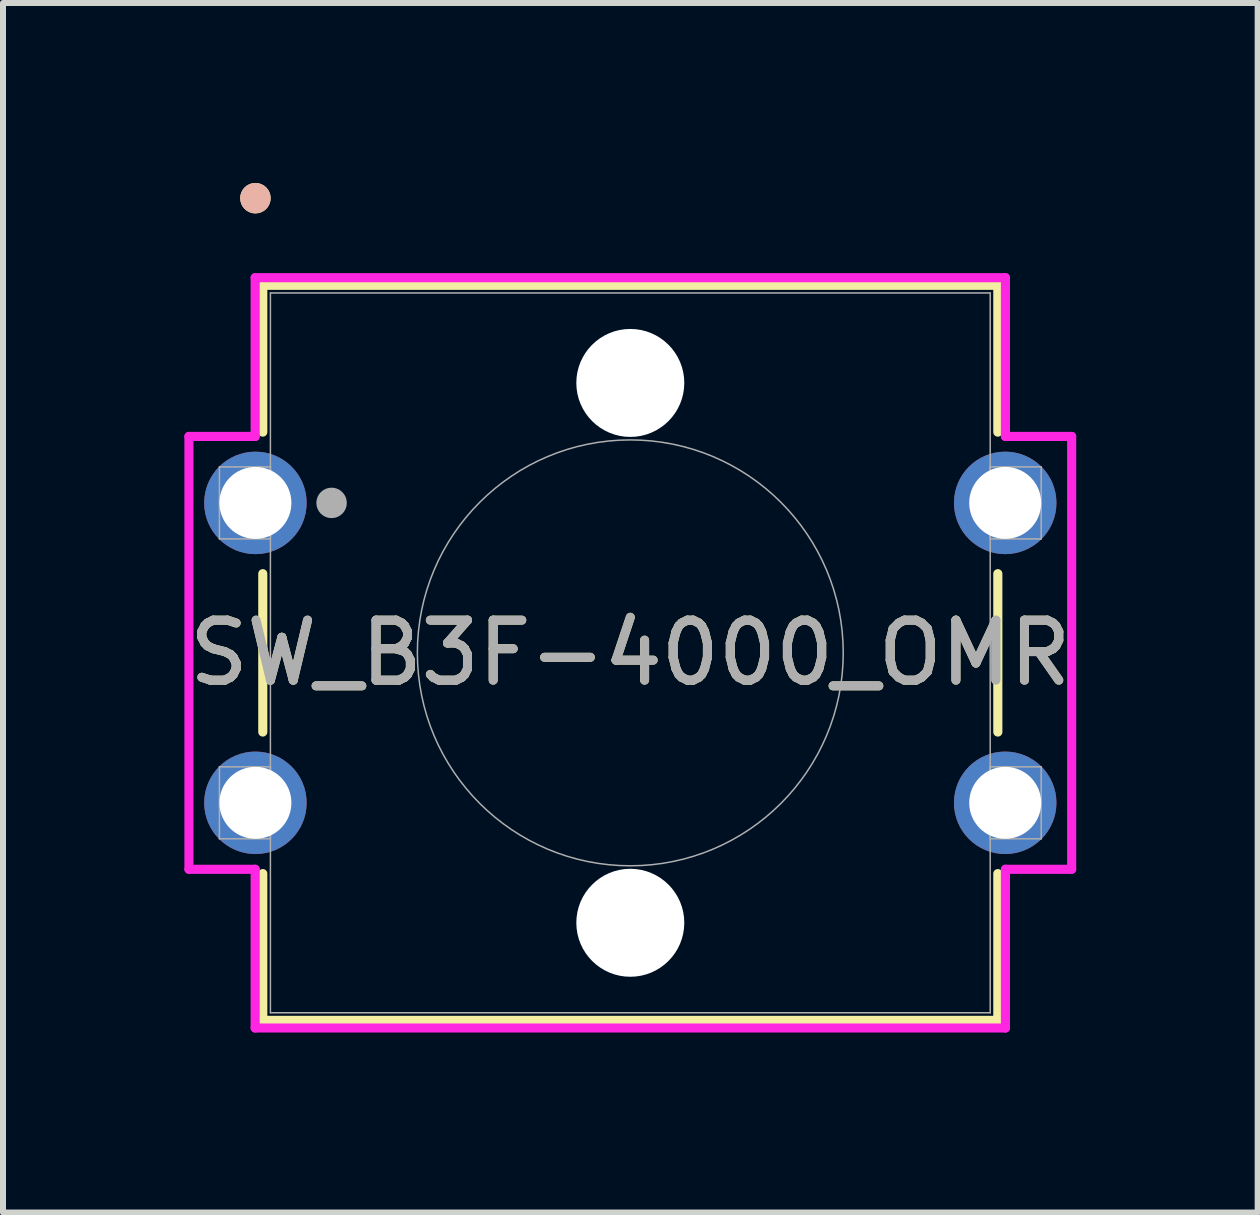
<source format=kicad_pcb>
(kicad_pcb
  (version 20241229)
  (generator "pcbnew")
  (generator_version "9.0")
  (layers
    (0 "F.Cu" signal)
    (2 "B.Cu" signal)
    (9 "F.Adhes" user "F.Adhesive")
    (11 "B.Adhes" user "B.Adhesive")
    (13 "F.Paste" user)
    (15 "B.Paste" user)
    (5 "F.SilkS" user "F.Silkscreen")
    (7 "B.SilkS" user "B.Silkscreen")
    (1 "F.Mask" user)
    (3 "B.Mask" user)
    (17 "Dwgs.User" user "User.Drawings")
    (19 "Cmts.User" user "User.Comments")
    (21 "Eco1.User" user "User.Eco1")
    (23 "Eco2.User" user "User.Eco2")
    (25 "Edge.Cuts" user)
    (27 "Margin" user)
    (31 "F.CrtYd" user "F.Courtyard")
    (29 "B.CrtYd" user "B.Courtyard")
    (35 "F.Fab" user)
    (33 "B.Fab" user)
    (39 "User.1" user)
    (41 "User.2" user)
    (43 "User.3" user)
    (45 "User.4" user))
  (footprint "SW_B3F-4000_OMR"
    (layer "F.Cu")
    (at 1.208 5.334)
    (property "Reference" "SW_B3F-4000_OMR" (at 6.25 2.5 0) (unlocked yes) (layer "F.SilkS") (effects (font (size 1 1) (thickness 0.15))))
    (attr through_hole)
    (fp_line (start 0.123 -3.627) (end 0.123 -1.18) (stroke (width 0.152) (type solid)) (layer "F.SilkS"))
    (fp_line (start 0.123 1.18) (end 0.123 3.82) (stroke (width 0.152) (type solid)) (layer "F.SilkS"))
    (fp_line (start 0.123 6.18) (end 0.123 8.627) (stroke (width 0.152) (type solid)) (layer "F.SilkS"))
    (fp_line (start 0.123 8.627) (end 12.377 8.627) (stroke (width 0.152) (type solid)) (layer "F.SilkS"))
    (fp_line (start 12.377 -3.627) (end 0.123 -3.627) (stroke (width 0.152) (type solid)) (layer "F.SilkS"))
    (fp_line (start 12.377 -1.18) (end 12.377 -3.627) (stroke (width 0.152) (type solid)) (layer "F.SilkS"))
    (fp_line (start 12.377 3.82) (end 12.377 1.18) (stroke (width 0.152) (type solid)) (layer "F.SilkS"))
    (fp_line (start 12.377 8.627) (end 12.377 6.18) (stroke (width 0.152) (type solid)) (layer "F.SilkS"))
    (fp_circle (center 0 -5.08) (end 0.127 -5.08) (stroke (width 0.254) (type solid)) (fill no) (layer "F.SilkS"))
    (fp_circle (center 0 -5.08) (end 0.127 -5.08) (stroke (width 0.254) (type solid)) (fill no) (layer "B.SilkS"))
    (fp_line (start -1.108 -1.108) (end -0.004 -1.108) (stroke (width 0.152) (type solid)) (layer "F.CrtYd"))
    (fp_line (start -1.108 6.108) (end -1.108 -1.108) (stroke (width 0.152) (type solid)) (layer "F.CrtYd"))
    (fp_line (start -1.108 6.108) (end -0.004 6.108) (stroke (width 0.152) (type solid)) (layer "F.CrtYd"))
    (fp_line (start -0.004 -3.754) (end 12.504 -3.754) (stroke (width 0.152) (type solid)) (layer "F.CrtYd"))
    (fp_line (start -0.004 -1.108) (end -0.004 -3.754) (stroke (width 0.152) (type solid)) (layer "F.CrtYd"))
    (fp_line (start -0.004 8.754) (end -0.004 6.108) (stroke (width 0.152) (type solid)) (layer "F.CrtYd"))
    (fp_line (start 12.504 -3.754) (end 12.504 -1.108) (stroke (width 0.152) (type solid)) (layer "F.CrtYd"))
    (fp_line (start 12.504 6.108) (end 12.504 8.754) (stroke (width 0.152) (type solid)) (layer "F.CrtYd"))
    (fp_line (start 12.504 8.754) (end -0.004 8.754) (stroke (width 0.152) (type solid)) (layer "F.CrtYd"))
    (fp_line (start 13.608 -1.108) (end 12.504 -1.108) (stroke (width 0.152) (type solid)) (layer "F.CrtYd"))
    (fp_line (start 13.608 -1.108) (end 13.608 6.108) (stroke (width 0.152) (type solid)) (layer "F.CrtYd"))
    (fp_line (start 13.608 6.108) (end 12.504 6.108) (stroke (width 0.152) (type solid)) (layer "F.CrtYd"))
    (fp_line (start -0.6 -0.6) (end -0.6 0.6) (stroke (width 0.025) (type solid)) (layer "F.Fab"))
    (fp_line (start -0.6 0.6) (end 0.25 0.6) (stroke (width 0.025) (type solid)) (layer "F.Fab"))
    (fp_line (start -0.6 4.4) (end -0.6 5.6) (stroke (width 0.025) (type solid)) (layer "F.Fab"))
    (fp_line (start -0.6 5.6) (end 0.25 5.6) (stroke (width 0.025) (type solid)) (layer "F.Fab"))
    (fp_line (start 0.25 -0.6) (end -0.6 -0.6) (stroke (width 0.025) (type solid)) (layer "F.Fab"))
    (fp_line (start 0.25 0.6) (end 0.25 -0.6) (stroke (width 0.025) (type solid)) (layer "F.Fab"))
    (fp_line (start 0.25 4.4) (end -0.6 4.4) (stroke (width 0.025) (type solid)) (layer "F.Fab"))
    (fp_line (start 0.25 5.6) (end 0.25 4.4) (stroke (width 0.025) (type solid)) (layer "F.Fab"))
    (fp_line (start 0.25 -3.5) (end 0.25 8.5) (stroke (width 0.025) (type solid)) (layer "F.Fab"))
    (fp_line (start 0.25 8.5) (end 12.25 8.5) (stroke (width 0.025) (type solid)) (layer "F.Fab"))
    (fp_line (start 12.25 -3.5) (end 0.25 -3.5) (stroke (width 0.025) (type solid)) (layer "F.Fab"))
    (fp_line (start 12.25 8.5) (end 12.25 -3.5) (stroke (width 0.025) (type solid)) (layer "F.Fab"))
    (fp_line (start 12.25 -0.6) (end 12.25 0.6) (stroke (width 0.025) (type solid)) (layer "F.Fab"))
    (fp_line (start 12.25 0.6) (end 13.1 0.6) (stroke (width 0.025) (type solid)) (layer "F.Fab"))
    (fp_line (start 12.25 4.4) (end 12.25 5.6) (stroke (width 0.025) (type solid)) (layer "F.Fab"))
    (fp_line (start 12.25 5.6) (end 13.1 5.6) (stroke (width 0.025) (type solid)) (layer "F.Fab"))
    (fp_line (start 13.1 -0.6) (end 12.25 -0.6) (stroke (width 0.025) (type solid)) (layer "F.Fab"))
    (fp_line (start 13.1 0.6) (end 13.1 -0.6) (stroke (width 0.025) (type solid)) (layer "F.Fab"))
    (fp_line (start 13.1 4.4) (end 12.25 4.4) (stroke (width 0.025) (type solid)) (layer "F.Fab"))
    (fp_line (start 13.1 5.6) (end 13.1 4.4) (stroke (width 0.025) (type solid)) (layer "F.Fab"))
    (fp_circle (center 1.27 0) (end 1.397 0) (stroke (width 0.254) (type solid)) (fill no) (layer "F.Fab"))
    (fp_circle (center 6.25 2.5) (end 9.8 2.5) (stroke (width 0.025) (type solid)) (fill no) (layer "F.Fab"))
    (fp_text user "${REFERENCE}" (at 6.25 2.5 0) (unlocked yes) (layer "F.Fab") (effects (font (size 1 1) (thickness 0.15))))
    (pad "" np_thru_hole circle (at 6.25 -2) (size 1.8 1.8) (drill 1.8) (layers "*.Cu" "*.Mask"))
    (pad "" np_thru_hole circle (at 6.25 7) (size 1.8 1.8) (drill 1.8) (layers "*.Cu" "*.Mask"))
    (pad "1" thru_hole circle (at 0 0) (size 1.708 1.708) (drill 1.2) (layers "*.Cu" "*.Mask"))
    (pad "2" thru_hole circle (at 12.5 0) (size 1.708 1.708) (drill 1.2) (layers "*.Cu" "*.Mask"))
    (pad "3" thru_hole circle (at 0 5) (size 1.708 1.708) (drill 1.2) (layers "*.Cu" "*.Mask"))
    (pad "4" thru_hole circle (at 12.5 5) (size 1.708 1.708) (drill 1.2) (layers "*.Cu" "*.Mask")))
  (gr_rect
    (start -3 -3)
    (end 17.917 17.164)
    (stroke (width 0.1) (type default))
    (fill no)
    (layer "Edge.Cuts")))
</source>
